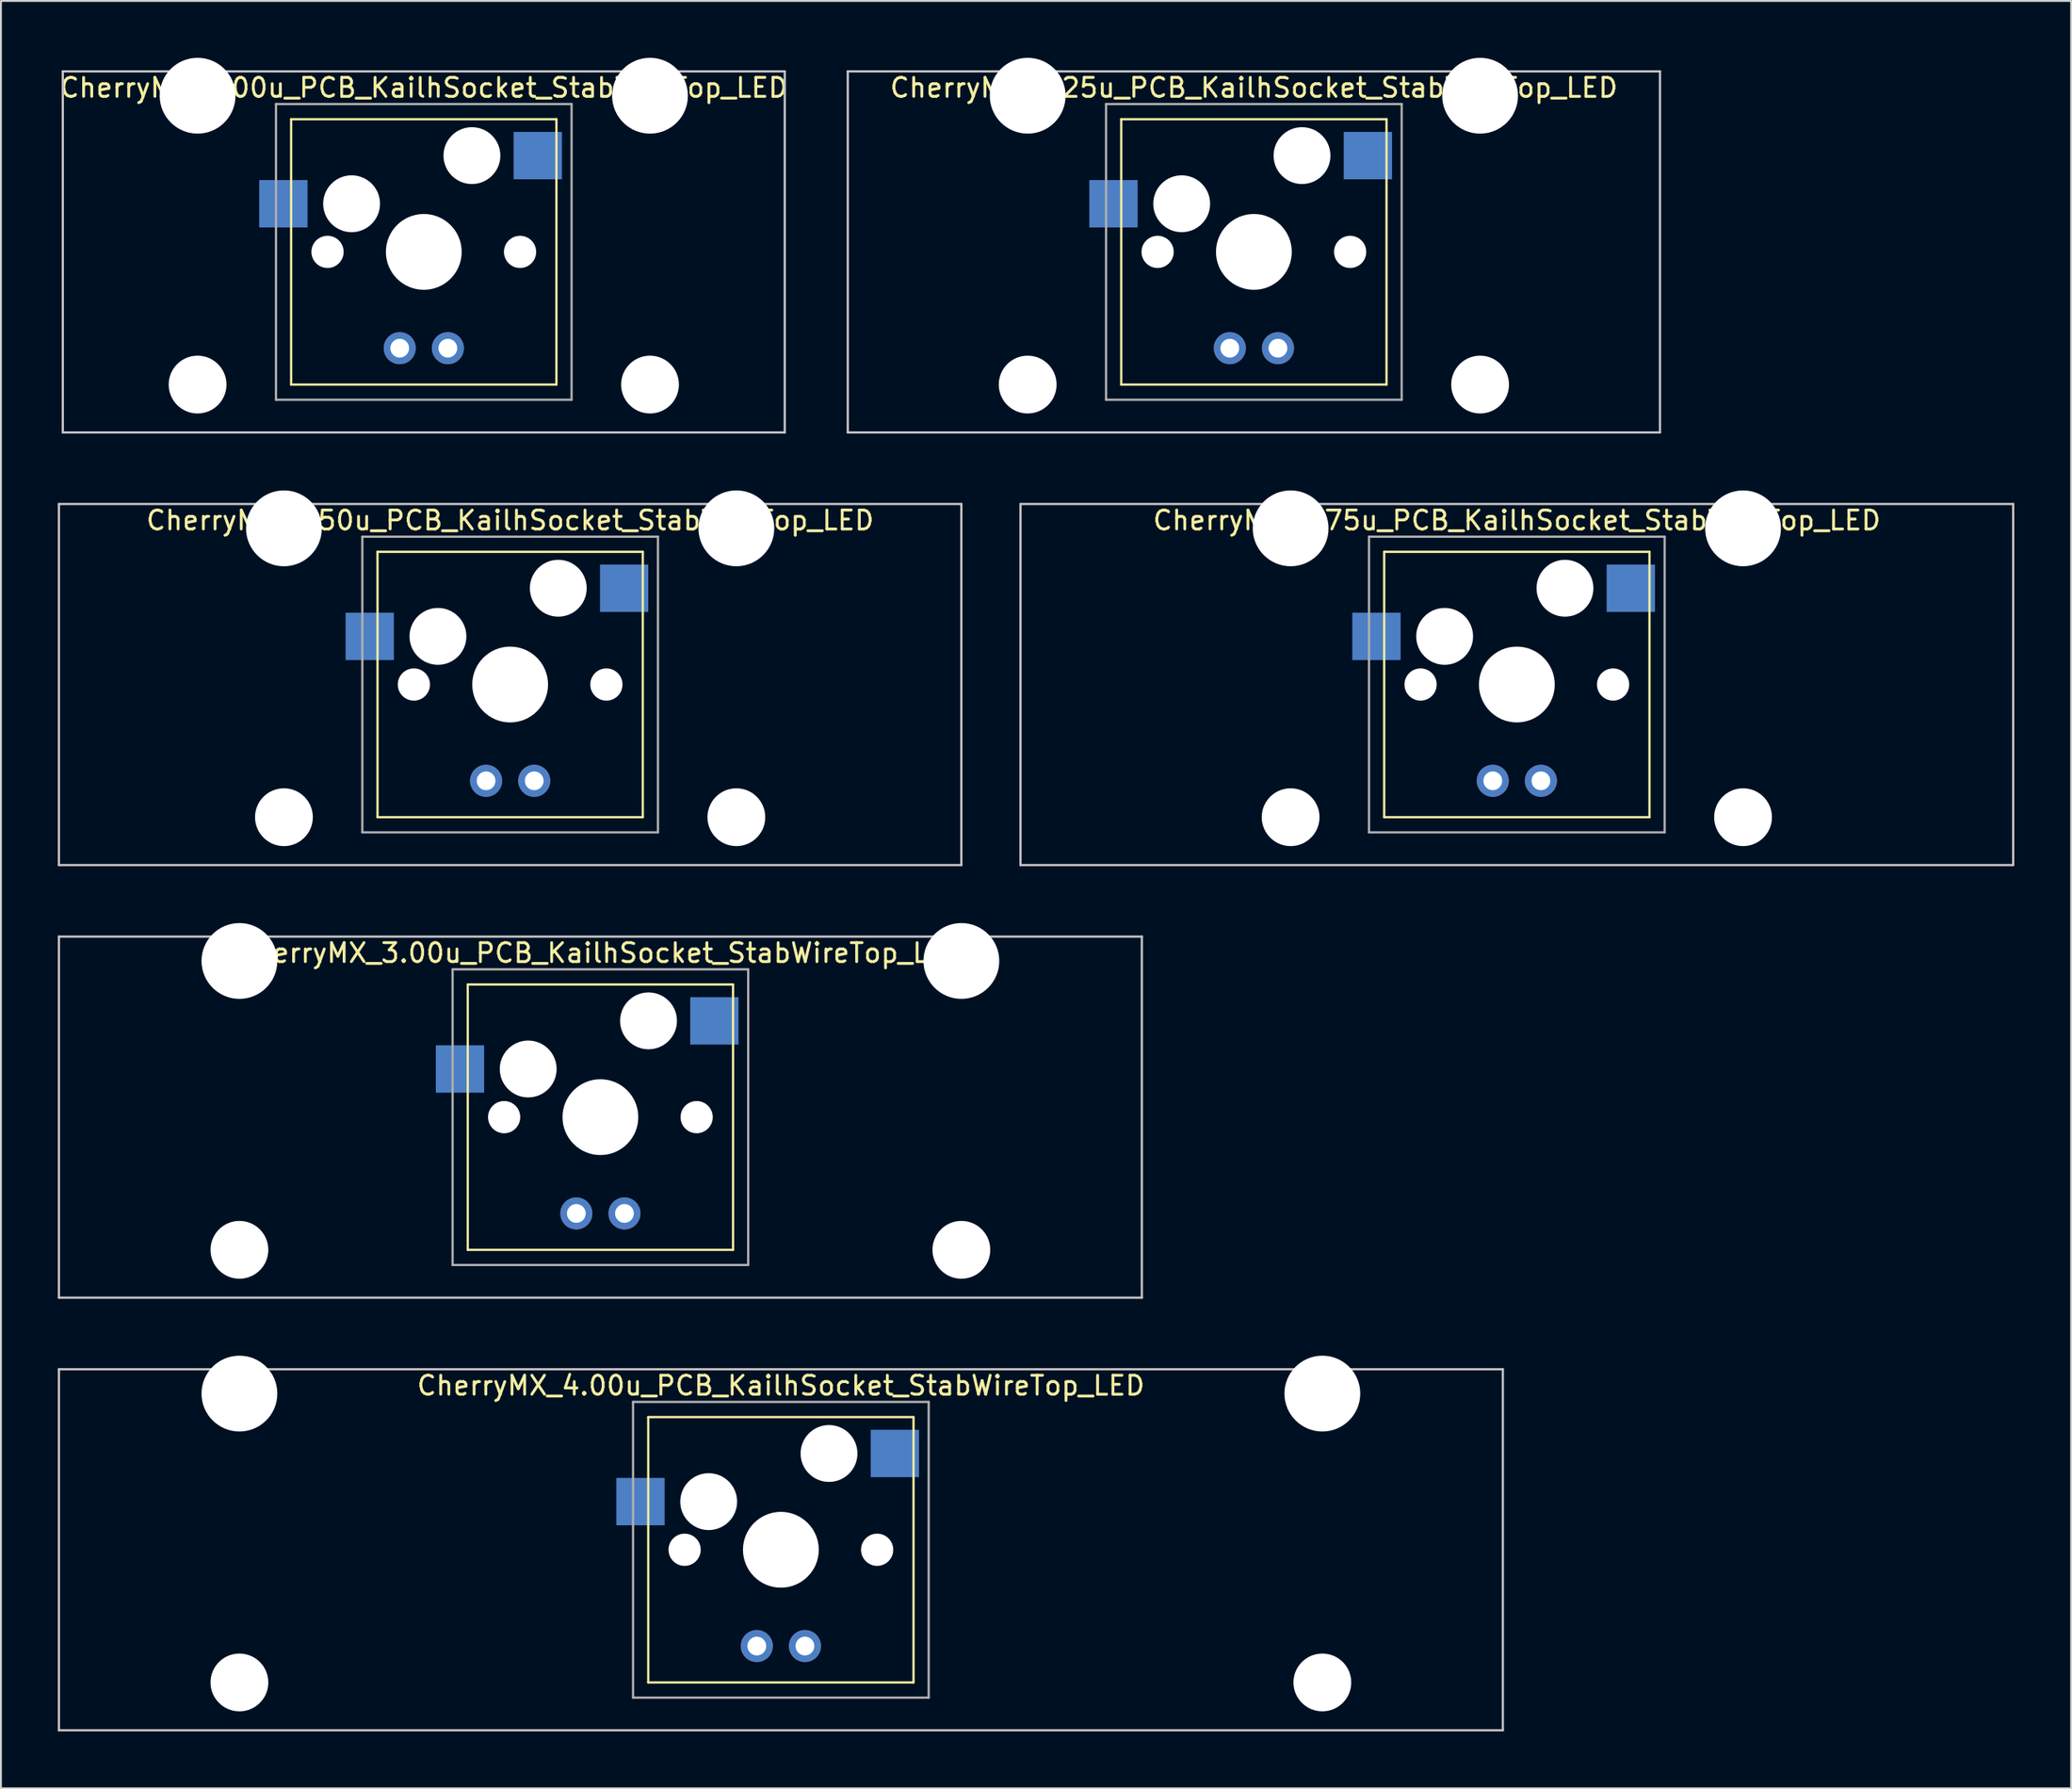
<source format=kicad_pcb>
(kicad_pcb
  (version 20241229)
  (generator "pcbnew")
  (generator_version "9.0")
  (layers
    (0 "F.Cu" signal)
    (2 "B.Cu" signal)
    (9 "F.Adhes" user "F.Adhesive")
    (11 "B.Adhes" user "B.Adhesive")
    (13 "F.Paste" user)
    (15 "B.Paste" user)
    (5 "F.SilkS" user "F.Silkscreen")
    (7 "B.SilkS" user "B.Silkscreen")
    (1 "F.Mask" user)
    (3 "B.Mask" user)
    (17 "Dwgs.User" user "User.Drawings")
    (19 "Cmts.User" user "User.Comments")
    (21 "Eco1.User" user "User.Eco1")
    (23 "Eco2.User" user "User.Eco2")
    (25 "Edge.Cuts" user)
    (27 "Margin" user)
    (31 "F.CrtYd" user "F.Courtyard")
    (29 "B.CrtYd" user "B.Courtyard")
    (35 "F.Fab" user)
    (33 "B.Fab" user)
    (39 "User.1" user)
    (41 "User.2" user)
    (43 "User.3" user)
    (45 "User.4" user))
  (footprint "CherryMX_2.75u_PCB_KailhSocket_StabWireTop_LED"
    (layer "F.Cu")
    (at 76.999 33.065)
    (property "Reference" "CherryMX_2.75u_PCB_KailhSocket_StabWireTop_LED" (at 0 -8.662 0) (layer "F.SilkS") (effects (font (size 1 1) (thickness 0.15))))
    (attr through_hole)
    (fp_line (start -7 -7) (end -7 7) (stroke (width 0.12) (type solid)) (layer "F.SilkS"))
    (fp_line (start -7 -7) (end 7 -7) (stroke (width 0.12) (type solid)) (layer "F.SilkS"))
    (fp_line (start 7 -7) (end 7 7) (stroke (width 0.12) (type solid)) (layer "F.SilkS"))
    (fp_line (start 7 7) (end -7 7) (stroke (width 0.12) (type solid)) (layer "F.SilkS"))
    (fp_line (start -26.194 -9.525) (end 26.194 -9.525) (stroke (width 0.12) (type solid)) (layer "Dwgs.User"))
    (fp_line (start -26.194 9.525) (end -26.194 -9.525) (stroke (width 0.12) (type solid)) (layer "Dwgs.User"))
    (fp_line (start 26.194 -9.525) (end 26.194 9.525) (stroke (width 0.12) (type solid)) (layer "Dwgs.User"))
    (fp_line (start 26.194 9.525) (end -26.194 9.525) (stroke (width 0.12) (type solid)) (layer "Dwgs.User"))
    (fp_line (start -7.8 -7.8) (end -7.8 7.8) (stroke (width 0.12) (type solid)) (layer "F.Fab"))
    (fp_line (start -7.8 -7.8) (end 7.8 -7.8) (stroke (width 0.12) (type solid)) (layer "F.Fab"))
    (fp_line (start -7.8 7.8) (end 7.8 7.8) (stroke (width 0.12) (type solid)) (layer "F.Fab"))
    (fp_line (start 7.8 -7.8) (end 7.8 7.8) (stroke (width 0.12) (type solid)) (layer "F.Fab"))
    (pad "" np_thru_hole circle (at -11.938 -8.24) (size 4 4) (drill 4) (layers "*.Cu" "*.Mask"))
    (pad "" np_thru_hole circle (at -11.938 7) (size 3.05 3.05) (drill 3.05) (layers "*.Cu" "*.Mask"))
    (pad "" np_thru_hole circle (at -5.08 0) (size 1.7 1.7) (drill 1.7) (layers "*.Cu" "*.Mask"))
    (pad "" np_thru_hole circle (at -3.81 -2.54) (size 3 3) (drill 3) (layers "*.Cu" "*.Mask"))
    (pad "" np_thru_hole circle (at 0 0) (size 4 4) (drill 4) (layers "*.Cu" "*.Mask"))
    (pad "" np_thru_hole circle (at 2.54 -5.08) (size 3 3) (drill 3) (layers "*.Cu" "*.Mask"))
    (pad "" np_thru_hole circle (at 5.08 0) (size 1.7 1.7) (drill 1.7) (layers "*.Cu" "*.Mask"))
    (pad "" np_thru_hole circle (at 11.938 -8.24) (size 4 4) (drill 4) (layers "*.Cu" "*.Mask"))
    (pad "" np_thru_hole circle (at 11.938 7) (size 3.05 3.05) (drill 3.05) (layers "*.Cu" "*.Mask"))
    (pad "1" smd rect (at -7.41 -2.54) (size 2.55 2.5) (layers "B.Cu" "B.Mask" "B.Paste"))
    (pad "2" smd rect (at 6.015 -5.08) (size 2.55 2.5) (layers "B.Cu" "B.Mask" "B.Paste"))
    (pad "3" thru_hole circle (at -1.27 5.08) (size 1.691 1.691) (drill 0.991) (layers "*.Cu" "*.Mask"))
    (pad "4" thru_hole circle (at 1.27 5.08) (size 1.691 1.691) (drill 0.991) (layers "*.Cu" "*.Mask")))
  (footprint "CherryMX_4.00u_PCB_KailhSocket_StabWireTop_LED"
    (layer "F.Cu")
    (at 38.16 78.715)
    (property "Reference" "CherryMX_4.00u_PCB_KailhSocket_StabWireTop_LED" (at 0 -8.662 0) (layer "F.SilkS") (effects (font (size 1 1) (thickness 0.15))))
    (attr through_hole)
    (fp_line (start -7 -7) (end -7 7) (stroke (width 0.12) (type solid)) (layer "F.SilkS"))
    (fp_line (start -7 -7) (end 7 -7) (stroke (width 0.12) (type solid)) (layer "F.SilkS"))
    (fp_line (start 7 -7) (end 7 7) (stroke (width 0.12) (type solid)) (layer "F.SilkS"))
    (fp_line (start 7 7) (end -7 7) (stroke (width 0.12) (type solid)) (layer "F.SilkS"))
    (fp_line (start -38.1 -9.525) (end 38.1 -9.525) (stroke (width 0.12) (type solid)) (layer "Dwgs.User"))
    (fp_line (start -38.1 9.525) (end -38.1 -9.525) (stroke (width 0.12) (type solid)) (layer "Dwgs.User"))
    (fp_line (start 38.1 -9.525) (end 38.1 9.525) (stroke (width 0.12) (type solid)) (layer "Dwgs.User"))
    (fp_line (start 38.1 9.525) (end -38.1 9.525) (stroke (width 0.12) (type solid)) (layer "Dwgs.User"))
    (fp_line (start -7.8 -7.8) (end -7.8 7.8) (stroke (width 0.12) (type solid)) (layer "F.Fab"))
    (fp_line (start -7.8 -7.8) (end 7.8 -7.8) (stroke (width 0.12) (type solid)) (layer "F.Fab"))
    (fp_line (start -7.8 7.8) (end 7.8 7.8) (stroke (width 0.12) (type solid)) (layer "F.Fab"))
    (fp_line (start 7.8 -7.8) (end 7.8 7.8) (stroke (width 0.12) (type solid)) (layer "F.Fab"))
    (pad "" np_thru_hole circle (at -28.575 -8.24) (size 4 4) (drill 4) (layers "*.Cu" "*.Mask"))
    (pad "" np_thru_hole circle (at -28.575 7) (size 3.05 3.05) (drill 3.05) (layers "*.Cu" "*.Mask"))
    (pad "" np_thru_hole circle (at -5.08 0) (size 1.7 1.7) (drill 1.7) (layers "*.Cu" "*.Mask"))
    (pad "" np_thru_hole circle (at -3.81 -2.54) (size 3 3) (drill 3) (layers "*.Cu" "*.Mask"))
    (pad "" np_thru_hole circle (at 0 0) (size 4 4) (drill 4) (layers "*.Cu" "*.Mask"))
    (pad "" np_thru_hole circle (at 2.54 -5.08) (size 3 3) (drill 3) (layers "*.Cu" "*.Mask"))
    (pad "" np_thru_hole circle (at 5.08 0) (size 1.7 1.7) (drill 1.7) (layers "*.Cu" "*.Mask"))
    (pad "" np_thru_hole circle (at 28.575 -8.24) (size 4 4) (drill 4) (layers "*.Cu" "*.Mask"))
    (pad "" np_thru_hole circle (at 28.575 7) (size 3.05 3.05) (drill 3.05) (layers "*.Cu" "*.Mask"))
    (pad "1" smd rect (at -7.41 -2.54) (size 2.55 2.5) (layers "B.Cu" "B.Mask" "B.Paste"))
    (pad "2" smd rect (at 6.015 -5.08) (size 2.55 2.5) (layers "B.Cu" "B.Mask" "B.Paste"))
    (pad "3" thru_hole circle (at -1.27 5.08) (size 1.691 1.691) (drill 0.991) (layers "*.Cu" "*.Mask"))
    (pad "4" thru_hole circle (at 1.27 5.08) (size 1.691 1.691) (drill 0.991) (layers "*.Cu" "*.Mask")))
  (footprint "CherryMX_2.25u_PCB_KailhSocket_StabWireTop_LED"
    (layer "F.Cu")
    (at 63.122 10.24)
    (property "Reference" "CherryMX_2.25u_PCB_KailhSocket_StabWireTop_LED" (at 0 -8.662 0) (layer "F.SilkS") (effects (font (size 1 1) (thickness 0.15))))
    (attr through_hole)
    (fp_line (start -7 -7) (end -7 7) (stroke (width 0.12) (type solid)) (layer "F.SilkS"))
    (fp_line (start -7 -7) (end 7 -7) (stroke (width 0.12) (type solid)) (layer "F.SilkS"))
    (fp_line (start 7 -7) (end 7 7) (stroke (width 0.12) (type solid)) (layer "F.SilkS"))
    (fp_line (start 7 7) (end -7 7) (stroke (width 0.12) (type solid)) (layer "F.SilkS"))
    (fp_line (start -21.431 -9.525) (end 21.431 -9.525) (stroke (width 0.12) (type solid)) (layer "Dwgs.User"))
    (fp_line (start -21.431 9.525) (end -21.431 -9.525) (stroke (width 0.12) (type solid)) (layer "Dwgs.User"))
    (fp_line (start 21.431 -9.525) (end 21.431 9.525) (stroke (width 0.12) (type solid)) (layer "Dwgs.User"))
    (fp_line (start 21.431 9.525) (end -21.431 9.525) (stroke (width 0.12) (type solid)) (layer "Dwgs.User"))
    (fp_line (start -7.8 -7.8) (end -7.8 7.8) (stroke (width 0.12) (type solid)) (layer "F.Fab"))
    (fp_line (start -7.8 -7.8) (end 7.8 -7.8) (stroke (width 0.12) (type solid)) (layer "F.Fab"))
    (fp_line (start -7.8 7.8) (end 7.8 7.8) (stroke (width 0.12) (type solid)) (layer "F.Fab"))
    (fp_line (start 7.8 -7.8) (end 7.8 7.8) (stroke (width 0.12) (type solid)) (layer "F.Fab"))
    (pad "" np_thru_hole circle (at -11.938 -8.24) (size 4 4) (drill 4) (layers "*.Cu" "*.Mask"))
    (pad "" np_thru_hole circle (at -11.938 7) (size 3.05 3.05) (drill 3.05) (layers "*.Cu" "*.Mask"))
    (pad "" np_thru_hole circle (at -5.08 0) (size 1.7 1.7) (drill 1.7) (layers "*.Cu" "*.Mask"))
    (pad "" np_thru_hole circle (at -3.81 -2.54) (size 3 3) (drill 3) (layers "*.Cu" "*.Mask"))
    (pad "" np_thru_hole circle (at 0 0) (size 4 4) (drill 4) (layers "*.Cu" "*.Mask"))
    (pad "" np_thru_hole circle (at 2.54 -5.08) (size 3 3) (drill 3) (layers "*.Cu" "*.Mask"))
    (pad "" np_thru_hole circle (at 5.08 0) (size 1.7 1.7) (drill 1.7) (layers "*.Cu" "*.Mask"))
    (pad "" np_thru_hole circle (at 11.938 -8.24) (size 4 4) (drill 4) (layers "*.Cu" "*.Mask"))
    (pad "" np_thru_hole circle (at 11.938 7) (size 3.05 3.05) (drill 3.05) (layers "*.Cu" "*.Mask"))
    (pad "1" smd rect (at -7.41 -2.54) (size 2.55 2.5) (layers "B.Cu" "B.Mask" "B.Paste"))
    (pad "2" smd rect (at 6.015 -5.08) (size 2.55 2.5) (layers "B.Cu" "B.Mask" "B.Paste"))
    (pad "3" thru_hole circle (at -1.27 5.08) (size 1.691 1.691) (drill 0.991) (layers "*.Cu" "*.Mask"))
    (pad "4" thru_hole circle (at 1.27 5.08) (size 1.691 1.691) (drill 0.991) (layers "*.Cu" "*.Mask")))
  (footprint "CherryMX_3.00u_PCB_KailhSocket_StabWireTop_LED"
    (layer "F.Cu")
    (at 28.635 55.89)
    (property "Reference" "CherryMX_3.00u_PCB_KailhSocket_StabWireTop_LED" (at 0 -8.662 0) (layer "F.SilkS") (effects (font (size 1 1) (thickness 0.15))))
    (attr through_hole)
    (fp_line (start -7 -7) (end -7 7) (stroke (width 0.12) (type solid)) (layer "F.SilkS"))
    (fp_line (start -7 -7) (end 7 -7) (stroke (width 0.12) (type solid)) (layer "F.SilkS"))
    (fp_line (start 7 -7) (end 7 7) (stroke (width 0.12) (type solid)) (layer "F.SilkS"))
    (fp_line (start 7 7) (end -7 7) (stroke (width 0.12) (type solid)) (layer "F.SilkS"))
    (fp_line (start -28.575 -9.525) (end 28.575 -9.525) (stroke (width 0.12) (type solid)) (layer "Dwgs.User"))
    (fp_line (start -28.575 9.525) (end -28.575 -9.525) (stroke (width 0.12) (type solid)) (layer "Dwgs.User"))
    (fp_line (start 28.575 -9.525) (end 28.575 9.525) (stroke (width 0.12) (type solid)) (layer "Dwgs.User"))
    (fp_line (start 28.575 9.525) (end -28.575 9.525) (stroke (width 0.12) (type solid)) (layer "Dwgs.User"))
    (fp_line (start -7.8 -7.8) (end -7.8 7.8) (stroke (width 0.12) (type solid)) (layer "F.Fab"))
    (fp_line (start -7.8 -7.8) (end 7.8 -7.8) (stroke (width 0.12) (type solid)) (layer "F.Fab"))
    (fp_line (start -7.8 7.8) (end 7.8 7.8) (stroke (width 0.12) (type solid)) (layer "F.Fab"))
    (fp_line (start 7.8 -7.8) (end 7.8 7.8) (stroke (width 0.12) (type solid)) (layer "F.Fab"))
    (pad "" np_thru_hole circle (at -19.05 -8.24) (size 4 4) (drill 4) (layers "*.Cu" "*.Mask"))
    (pad "" np_thru_hole circle (at -19.05 7) (size 3.05 3.05) (drill 3.05) (layers "*.Cu" "*.Mask"))
    (pad "" np_thru_hole circle (at -5.08 0) (size 1.7 1.7) (drill 1.7) (layers "*.Cu" "*.Mask"))
    (pad "" np_thru_hole circle (at -3.81 -2.54) (size 3 3) (drill 3) (layers "*.Cu" "*.Mask"))
    (pad "" np_thru_hole circle (at 0 0) (size 4 4) (drill 4) (layers "*.Cu" "*.Mask"))
    (pad "" np_thru_hole circle (at 2.54 -5.08) (size 3 3) (drill 3) (layers "*.Cu" "*.Mask"))
    (pad "" np_thru_hole circle (at 5.08 0) (size 1.7 1.7) (drill 1.7) (layers "*.Cu" "*.Mask"))
    (pad "" np_thru_hole circle (at 19.05 -8.24) (size 4 4) (drill 4) (layers "*.Cu" "*.Mask"))
    (pad "" np_thru_hole circle (at 19.05 7) (size 3.05 3.05) (drill 3.05) (layers "*.Cu" "*.Mask"))
    (pad "1" smd rect (at -7.41 -2.54) (size 2.55 2.5) (layers "B.Cu" "B.Mask" "B.Paste"))
    (pad "2" smd rect (at 6.015 -5.08) (size 2.55 2.5) (layers "B.Cu" "B.Mask" "B.Paste"))
    (pad "3" thru_hole circle (at -1.27 5.08) (size 1.691 1.691) (drill 0.991) (layers "*.Cu" "*.Mask"))
    (pad "4" thru_hole circle (at 1.27 5.08) (size 1.691 1.691) (drill 0.991) (layers "*.Cu" "*.Mask")))
  (footprint "CherryMX_2.50u_PCB_KailhSocket_StabWireTop_LED"
    (layer "F.Cu")
    (at 23.872 33.065)
    (property "Reference" "CherryMX_2.50u_PCB_KailhSocket_StabWireTop_LED" (at 0 -8.662 0) (layer "F.SilkS") (effects (font (size 1 1) (thickness 0.15))))
    (attr through_hole)
    (fp_line (start -7 -7) (end -7 7) (stroke (width 0.12) (type solid)) (layer "F.SilkS"))
    (fp_line (start -7 -7) (end 7 -7) (stroke (width 0.12) (type solid)) (layer "F.SilkS"))
    (fp_line (start 7 -7) (end 7 7) (stroke (width 0.12) (type solid)) (layer "F.SilkS"))
    (fp_line (start 7 7) (end -7 7) (stroke (width 0.12) (type solid)) (layer "F.SilkS"))
    (fp_line (start -23.812 -9.525) (end 23.812 -9.525) (stroke (width 0.12) (type solid)) (layer "Dwgs.User"))
    (fp_line (start -23.812 9.525) (end -23.812 -9.525) (stroke (width 0.12) (type solid)) (layer "Dwgs.User"))
    (fp_line (start 23.812 -9.525) (end 23.812 9.525) (stroke (width 0.12) (type solid)) (layer "Dwgs.User"))
    (fp_line (start 23.812 9.525) (end -23.812 9.525) (stroke (width 0.12) (type solid)) (layer "Dwgs.User"))
    (fp_line (start -7.8 -7.8) (end -7.8 7.8) (stroke (width 0.12) (type solid)) (layer "F.Fab"))
    (fp_line (start -7.8 -7.8) (end 7.8 -7.8) (stroke (width 0.12) (type solid)) (layer "F.Fab"))
    (fp_line (start -7.8 7.8) (end 7.8 7.8) (stroke (width 0.12) (type solid)) (layer "F.Fab"))
    (fp_line (start 7.8 -7.8) (end 7.8 7.8) (stroke (width 0.12) (type solid)) (layer "F.Fab"))
    (pad "" np_thru_hole circle (at -11.938 -8.24) (size 4 4) (drill 4) (layers "*.Cu" "*.Mask"))
    (pad "" np_thru_hole circle (at -11.938 7) (size 3.05 3.05) (drill 3.05) (layers "*.Cu" "*.Mask"))
    (pad "" np_thru_hole circle (at -5.08 0) (size 1.7 1.7) (drill 1.7) (layers "*.Cu" "*.Mask"))
    (pad "" np_thru_hole circle (at -3.81 -2.54) (size 3 3) (drill 3) (layers "*.Cu" "*.Mask"))
    (pad "" np_thru_hole circle (at 0 0) (size 4 4) (drill 4) (layers "*.Cu" "*.Mask"))
    (pad "" np_thru_hole circle (at 2.54 -5.08) (size 3 3) (drill 3) (layers "*.Cu" "*.Mask"))
    (pad "" np_thru_hole circle (at 5.08 0) (size 1.7 1.7) (drill 1.7) (layers "*.Cu" "*.Mask"))
    (pad "" np_thru_hole circle (at 11.938 -8.24) (size 4 4) (drill 4) (layers "*.Cu" "*.Mask"))
    (pad "" np_thru_hole circle (at 11.938 7) (size 3.05 3.05) (drill 3.05) (layers "*.Cu" "*.Mask"))
    (pad "1" smd rect (at -7.41 -2.54) (size 2.55 2.5) (layers "B.Cu" "B.Mask" "B.Paste"))
    (pad "2" smd rect (at 6.015 -5.08) (size 2.55 2.5) (layers "B.Cu" "B.Mask" "B.Paste"))
    (pad "3" thru_hole circle (at -1.27 5.08) (size 1.691 1.691) (drill 0.991) (layers "*.Cu" "*.Mask"))
    (pad "4" thru_hole circle (at 1.27 5.08) (size 1.691 1.691) (drill 0.991) (layers "*.Cu" "*.Mask")))
  (footprint "CherryMX_2.00u_PCB_KailhSocket_StabWireTop_LED"
    (layer "F.Cu")
    (at 19.315 10.24)
    (property "Reference" "CherryMX_2.00u_PCB_KailhSocket_StabWireTop_LED" (at 0 -8.662 0) (layer "F.SilkS") (effects (font (size 1 1) (thickness 0.15))))
    (attr through_hole)
    (fp_line (start -7 -7) (end -7 7) (stroke (width 0.12) (type solid)) (layer "F.SilkS"))
    (fp_line (start -7 -7) (end 7 -7) (stroke (width 0.12) (type solid)) (layer "F.SilkS"))
    (fp_line (start 7 -7) (end 7 7) (stroke (width 0.12) (type solid)) (layer "F.SilkS"))
    (fp_line (start 7 7) (end -7 7) (stroke (width 0.12) (type solid)) (layer "F.SilkS"))
    (fp_line (start -19.05 -9.525) (end 19.05 -9.525) (stroke (width 0.12) (type solid)) (layer "Dwgs.User"))
    (fp_line (start -19.05 9.525) (end -19.05 -9.525) (stroke (width 0.12) (type solid)) (layer "Dwgs.User"))
    (fp_line (start 19.05 -9.525) (end 19.05 9.525) (stroke (width 0.12) (type solid)) (layer "Dwgs.User"))
    (fp_line (start 19.05 9.525) (end -19.05 9.525) (stroke (width 0.12) (type solid)) (layer "Dwgs.User"))
    (fp_line (start -7.8 -7.8) (end -7.8 7.8) (stroke (width 0.12) (type solid)) (layer "F.Fab"))
    (fp_line (start -7.8 -7.8) (end 7.8 -7.8) (stroke (width 0.12) (type solid)) (layer "F.Fab"))
    (fp_line (start -7.8 7.8) (end 7.8 7.8) (stroke (width 0.12) (type solid)) (layer "F.Fab"))
    (fp_line (start 7.8 -7.8) (end 7.8 7.8) (stroke (width 0.12) (type solid)) (layer "F.Fab"))
    (pad "" np_thru_hole circle (at -11.938 -8.24) (size 4 4) (drill 4) (layers "*.Cu" "*.Mask"))
    (pad "" np_thru_hole circle (at -11.938 7) (size 3.05 3.05) (drill 3.05) (layers "*.Cu" "*.Mask"))
    (pad "" np_thru_hole circle (at -5.08 0) (size 1.7 1.7) (drill 1.7) (layers "*.Cu" "*.Mask"))
    (pad "" np_thru_hole circle (at -3.81 -2.54) (size 3 3) (drill 3) (layers "*.Cu" "*.Mask"))
    (pad "" np_thru_hole circle (at 0 0) (size 4 4) (drill 4) (layers "*.Cu" "*.Mask"))
    (pad "" np_thru_hole circle (at 2.54 -5.08) (size 3 3) (drill 3) (layers "*.Cu" "*.Mask"))
    (pad "" np_thru_hole circle (at 5.08 0) (size 1.7 1.7) (drill 1.7) (layers "*.Cu" "*.Mask"))
    (pad "" np_thru_hole circle (at 11.938 -8.24) (size 4 4) (drill 4) (layers "*.Cu" "*.Mask"))
    (pad "" np_thru_hole circle (at 11.938 7) (size 3.05 3.05) (drill 3.05) (layers "*.Cu" "*.Mask"))
    (pad "1" smd rect (at -7.41 -2.54) (size 2.55 2.5) (layers "B.Cu" "B.Mask" "B.Paste"))
    (pad "2" smd rect (at 6.015 -5.08) (size 2.55 2.5) (layers "B.Cu" "B.Mask" "B.Paste"))
    (pad "3" thru_hole circle (at -1.27 5.08) (size 1.691 1.691) (drill 0.991) (layers "*.Cu" "*.Mask"))
    (pad "4" thru_hole circle (at 1.27 5.08) (size 1.691 1.691) (drill 0.991) (layers "*.Cu" "*.Mask")))
  (gr_rect
    (start -3 -3)
    (end 106.252 91.3)
    (stroke (width 0.1) (type default))
    (fill no)
    (layer "Edge.Cuts")))
</source>
